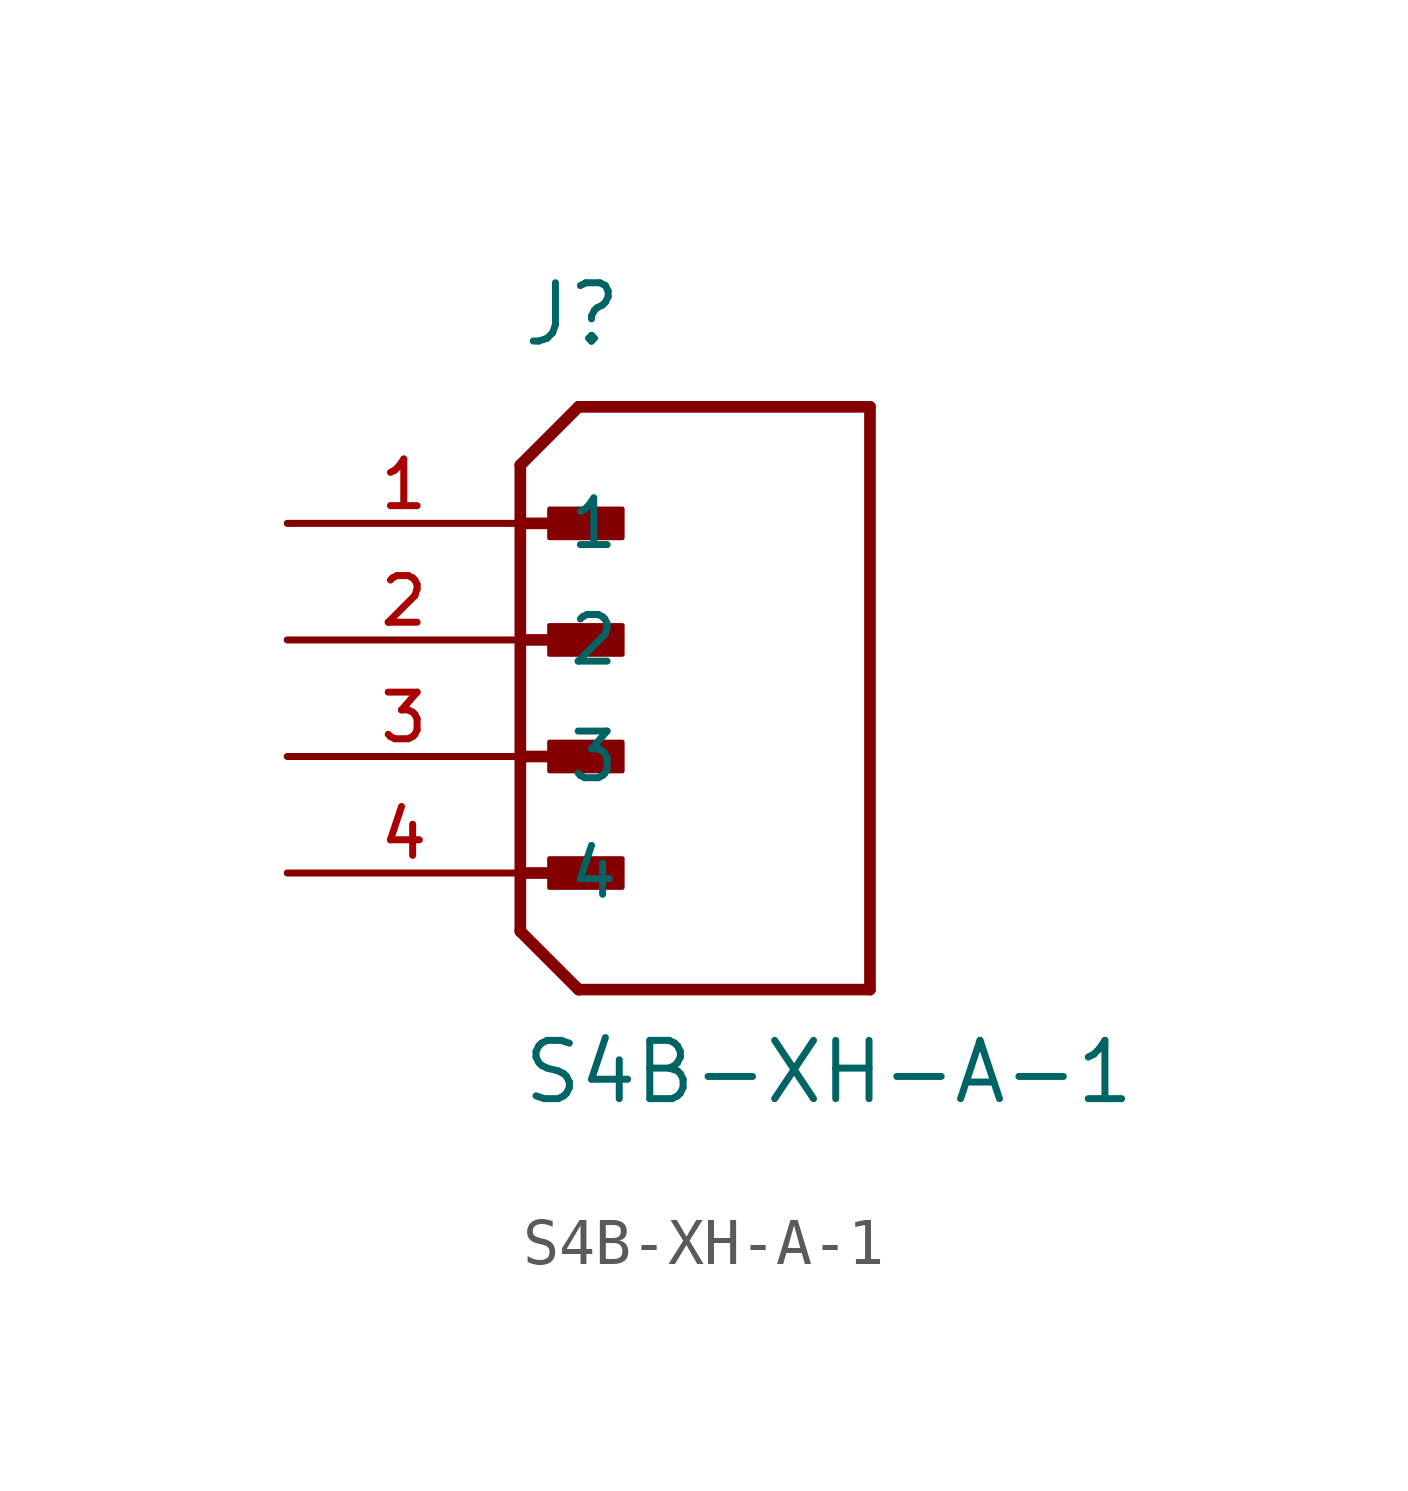
<source format=kicad_sym>
(kicad_symbol_lib
  (version 20211014)
  (generator kicad_symbol_editor)
  (symbol "S4B-XH-A-1"
    (pin_names
      (offset 1.016))
    (property "Reference" "J"
      (at 0.0 6.35 0)
      (effects (font (size 1.27 1.27)) (justify bottom left)))
    (property "Value" "S4B-XH-A-1"
      (at 0.0 -10.16 0)
      (effects (font (size 1.27 1.27)) (justify bottom left)))
    (symbol "S4B-XH-A-1_0_0"
      (polyline (pts (xy 0.0 3.81) (xy 1.27 5.08)) (stroke (width 0.254)))
      (polyline (pts (xy 0.0 3.81) (xy 0.0 2.54)) (stroke (width 0.254)))
      (polyline (pts (xy 0.0 2.54) (xy 0.0 -6.35)) (stroke (width 0.254)))
      (polyline (pts (xy 0.0 -6.35) (xy 1.27 -7.62)) (stroke (width 0.254)))
      (polyline (pts (xy 1.27 -7.62) (xy 7.62 -7.62)) (stroke (width 0.254)))
      (polyline (pts (xy 7.62 -7.62) (xy 7.62 5.08)) (stroke (width 0.254)))
      (polyline (pts (xy 7.62 5.08) (xy 1.27 5.08)) (stroke (width 0.254)))
      (polyline (pts (xy 0.0 2.54) (xy 1.905 2.54)) (stroke (width 0.254)))
      (rectangle (start 0.635 2.223) (end 2.223 2.857) (stroke (width 0.1)) (fill (type outline)))
      (polyline (pts (xy 0.0 0.0) (xy 1.905 0.0)) (stroke (width 0.254)))
      (rectangle (start 0.635 -0.318) (end 2.223 0.318) (stroke (width 0.1)) (fill (type outline)))
      (polyline (pts (xy 0.0 -2.54) (xy 1.905 -2.54)) (stroke (width 0.254)))
      (rectangle (start 0.635 -2.857) (end 2.223 -2.223) (stroke (width 0.1)) (fill (type outline)))
      (polyline (pts (xy 0.0 -5.08) (xy 1.905 -5.08)) (stroke (width 0.254)))
      (rectangle (start 0.635 -5.397) (end 2.223 -4.763) (stroke (width 0.1)) (fill (type outline)))
      (pin passive line (at -5.08 2.54 0) (length 5.08) (name "1" (effects (font (size 1.016 1.016)))) (number "1" (effects (font (size 1.016 1.016)))))
      (pin passive line (at -5.08 0.0 0) (length 5.08) (name "2" (effects (font (size 1.016 1.016)))) (number "2" (effects (font (size 1.016 1.016)))))
      (pin passive line (at -5.08 -2.54 0) (length 5.08) (name "3" (effects (font (size 1.016 1.016)))) (number "3" (effects (font (size 1.016 1.016)))))
      (pin passive line (at -5.08 -5.08 0) (length 5.08) (name "4" (effects (font (size 1.016 1.016)))) (number "4" (effects (font (size 1.016 1.016))))))))
</source>
